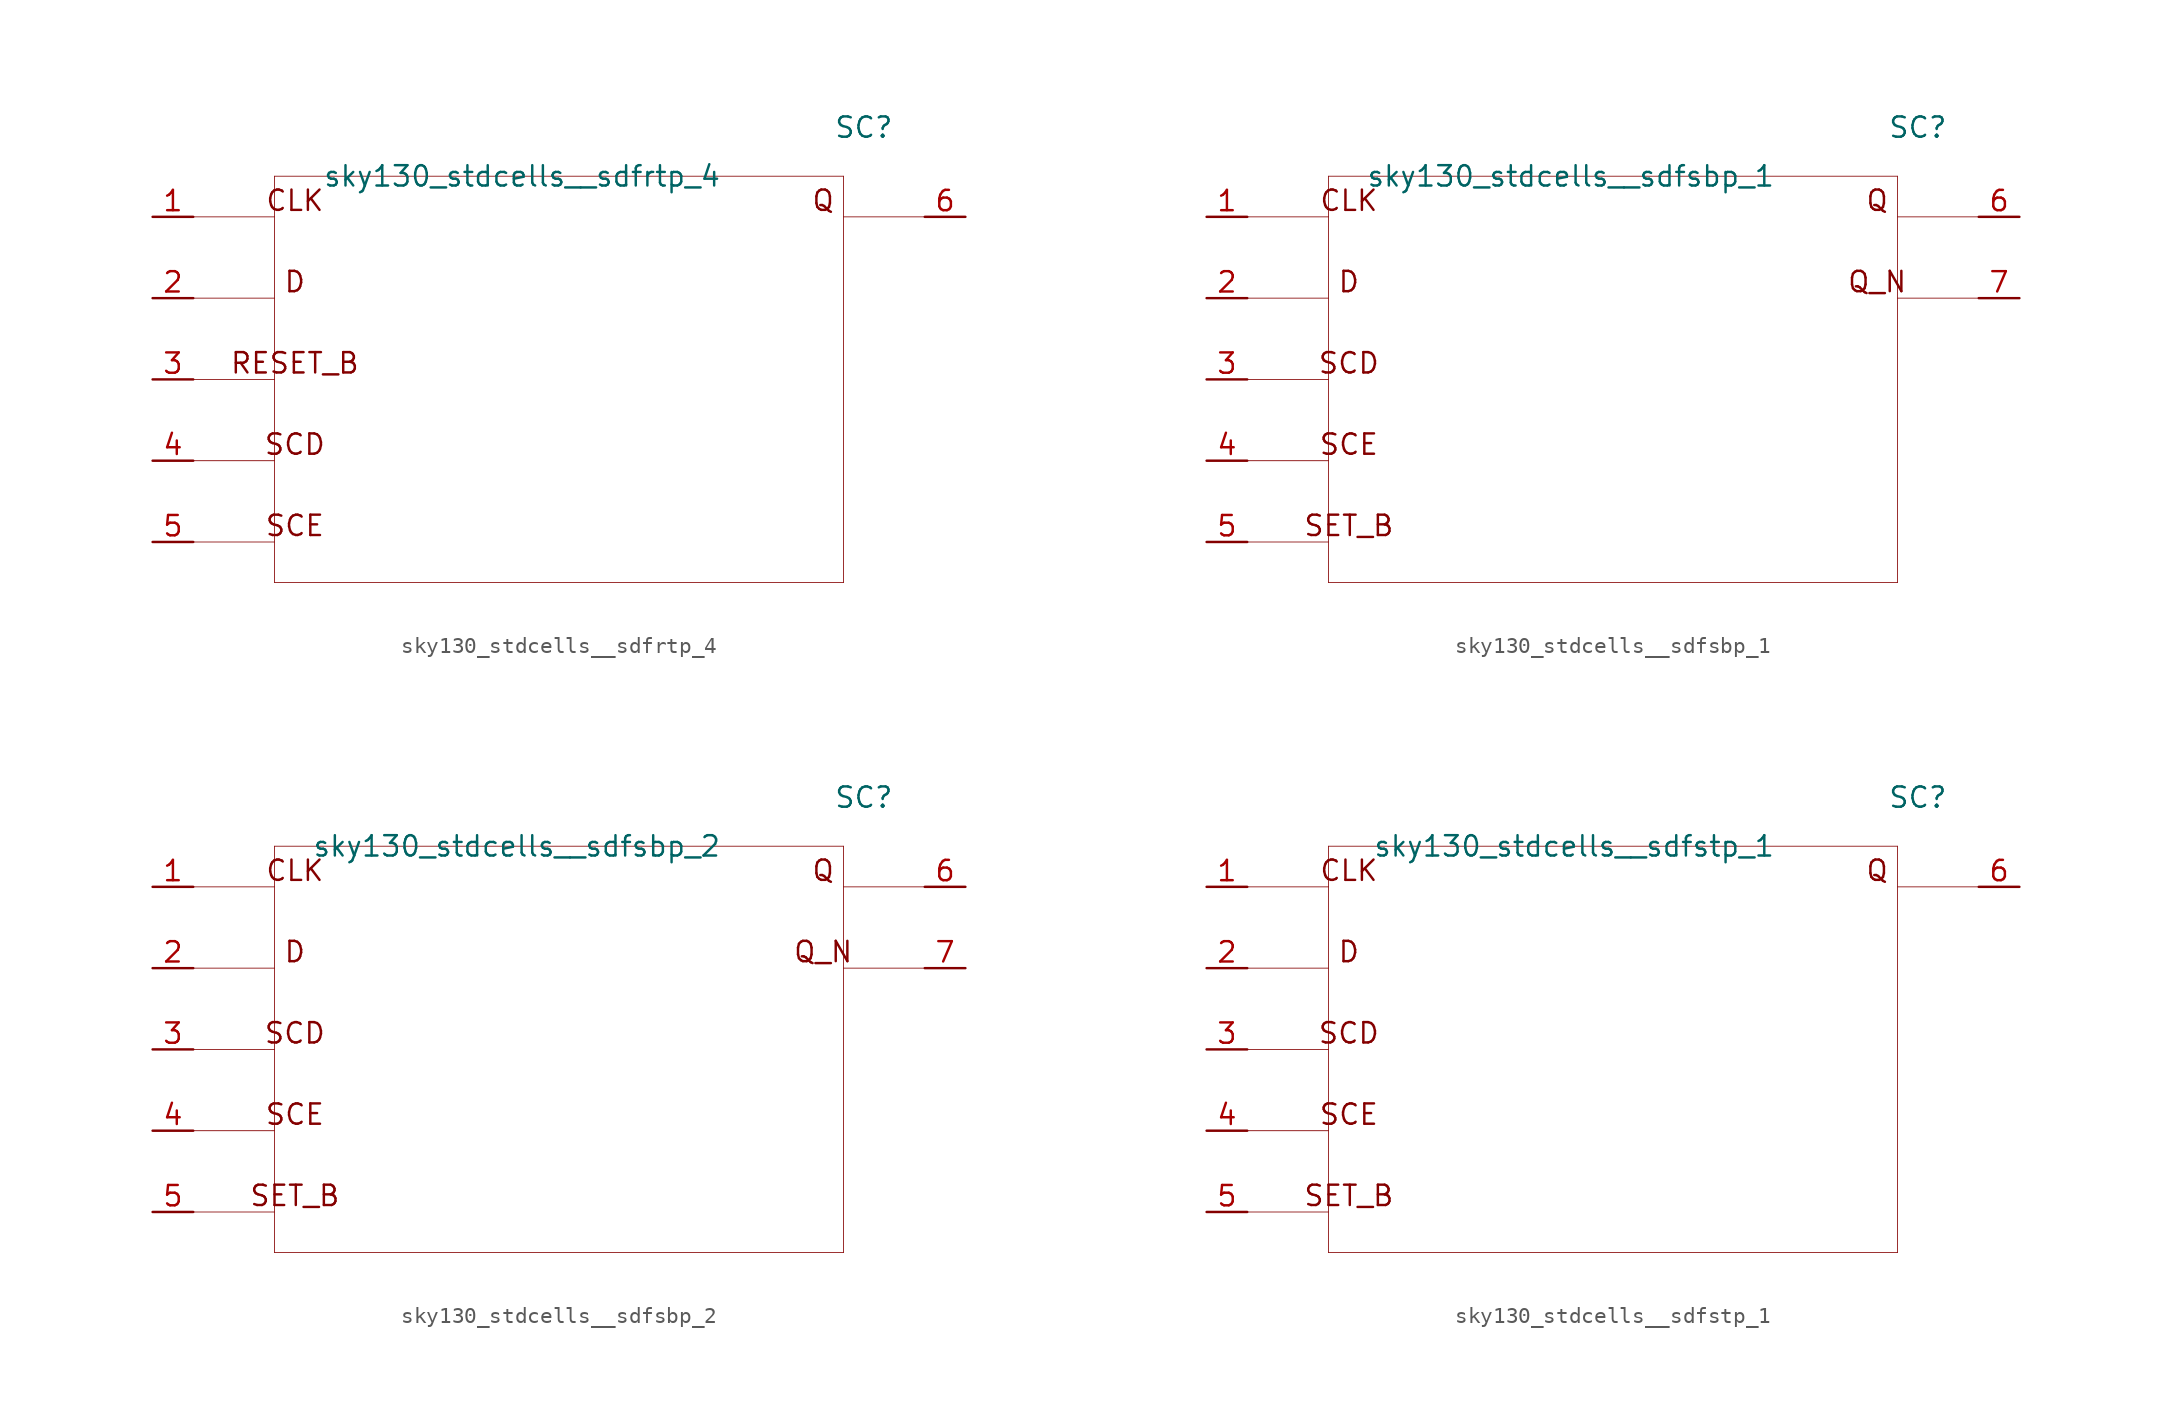
<source format=kicad_sym>
(kicad_symbol_lib
  (version 20211014)
  (generator kicad_symbol_editor)
  (symbol "sky130_stdcells__sdfrtp_4"
    (pin_names hide)
    (property "Reference" "SC"
      (at 19.05 15.748 0)
      (effects (font (size 1.27 1.27))))
    (property "Value" "sky130_stdcells__sdfrtp_4"
      (at 10.16 12.7 0)
      (effects (font (size 1.27 1.27)) (justify right)))
    (symbol "sky130_stdcells__sdfrtp_4_0_0"
      (polyline (pts (xy -22.86 -10.16) (xy -17.78 -10.16)) (stroke (width 0.051) (type default) (color 0 0 0 0)) (fill (type none)))
      (polyline (pts (xy -22.86 -5.08) (xy -17.78 -5.08)) (stroke (width 0.051) (type default) (color 0 0 0 0)) (fill (type none)))
      (polyline (pts (xy -22.86 0) (xy -17.78 0)) (stroke (width 0.051) (type default) (color 0 0 0 0)) (fill (type none)))
      (polyline (pts (xy -22.86 5.08) (xy -17.78 5.08)) (stroke (width 0.051) (type default) (color 0 0 0 0)) (fill (type none)))
      (polyline (pts (xy -22.86 10.16) (xy -17.78 10.16)) (stroke (width 0.051) (type default) (color 0 0 0 0)) (fill (type none)))
      (polyline (pts (xy -17.78 -12.7) (xy 17.78 -12.7)) (stroke (width 0.051) (type default) (color 0 0 0 0)) (fill (type none)))
      (polyline (pts (xy -17.78 12.7) (xy -17.78 -12.7)) (stroke (width 0.051) (type default) (color 0 0 0 0)) (fill (type none)))
      (polyline (pts (xy -17.78 12.7) (xy 17.78 12.7)) (stroke (width 0.051) (type default) (color 0 0 0 0)) (fill (type none)))
      (polyline (pts (xy 17.78 10.16) (xy 22.86 10.16)) (stroke (width 0.051) (type default) (color 0 0 0 0)) (fill (type none)))
      (polyline (pts (xy 17.78 12.7) (xy 17.78 -12.7)) (stroke (width 0.051) (type default) (color 0 0 0 0)) (fill (type none)))
      (text "CLK" (at -16.51 11.176 0) (effects (font (size 1.27 1.27))))
      (text "D" (at -16.51 6.096 0) (effects (font (size 1.27 1.27))))
      (text "Q" (at 16.51 11.176 0) (effects (font (size 1.27 1.27))))
      (text "RESET_B" (at -16.51 1.016 0) (effects (font (size 1.27 1.27))))
      (text "SCD" (at -16.51 -4.064 0) (effects (font (size 1.27 1.27))))
      (text "SCE" (at -16.51 -9.144 0) (effects (font (size 1.27 1.27)))))
    (symbol "sky130_stdcells__sdfrtp_4_1_1"
      (pin input line (at -25.4 10.16 0) (length 2.54) (name "CLK" (effects (font (size 1.092 1.092)))) (number "1" (effects (font (size 1.27 1.27)))))
      (pin input line (at -25.4 5.08 0) (length 2.54) (name "D" (effects (font (size 1.092 1.092)))) (number "2" (effects (font (size 1.27 1.27)))))
      (pin input line (at -25.4 0 0) (length 2.54) (name "RESET_B" (effects (font (size 1.092 1.092)))) (number "3" (effects (font (size 1.27 1.27)))))
      (pin input line (at -25.4 -5.08 0) (length 2.54) (name "SCD" (effects (font (size 1.092 1.092)))) (number "4" (effects (font (size 1.27 1.27)))))
      (pin input line (at -25.4 -10.16 0) (length 2.54) (name "SCE" (effects (font (size 1.092 1.092)))) (number "5" (effects (font (size 1.27 1.27)))))
      (pin output line (at 25.4 10.16 180) (length 2.54) (name "Q" (effects (font (size 1.092 1.092)))) (number "6" (effects (font (size 1.27 1.27)))))))
  (symbol "sky130_stdcells__sdfsbp_1"
    (pin_names hide)
    (property "Reference" "SC"
      (at 19.05 15.748 0)
      (effects (font (size 1.27 1.27))))
    (property "Value" "sky130_stdcells__sdfsbp_1"
      (at 10.16 12.7 0)
      (effects (font (size 1.27 1.27)) (justify right)))
    (symbol "sky130_stdcells__sdfsbp_1_0_0"
      (polyline (pts (xy -22.86 -10.16) (xy -17.78 -10.16)) (stroke (width 0.051) (type default) (color 0 0 0 0)) (fill (type none)))
      (polyline (pts (xy -22.86 -5.08) (xy -17.78 -5.08)) (stroke (width 0.051) (type default) (color 0 0 0 0)) (fill (type none)))
      (polyline (pts (xy -22.86 0) (xy -17.78 0)) (stroke (width 0.051) (type default) (color 0 0 0 0)) (fill (type none)))
      (polyline (pts (xy -22.86 5.08) (xy -17.78 5.08)) (stroke (width 0.051) (type default) (color 0 0 0 0)) (fill (type none)))
      (polyline (pts (xy -22.86 10.16) (xy -17.78 10.16)) (stroke (width 0.051) (type default) (color 0 0 0 0)) (fill (type none)))
      (polyline (pts (xy -17.78 -12.7) (xy 17.78 -12.7)) (stroke (width 0.051) (type default) (color 0 0 0 0)) (fill (type none)))
      (polyline (pts (xy -17.78 12.7) (xy -17.78 -12.7)) (stroke (width 0.051) (type default) (color 0 0 0 0)) (fill (type none)))
      (polyline (pts (xy -17.78 12.7) (xy 17.78 12.7)) (stroke (width 0.051) (type default) (color 0 0 0 0)) (fill (type none)))
      (polyline (pts (xy 17.78 5.08) (xy 22.86 5.08)) (stroke (width 0.051) (type default) (color 0 0 0 0)) (fill (type none)))
      (polyline (pts (xy 17.78 10.16) (xy 22.86 10.16)) (stroke (width 0.051) (type default) (color 0 0 0 0)) (fill (type none)))
      (polyline (pts (xy 17.78 12.7) (xy 17.78 -12.7)) (stroke (width 0.051) (type default) (color 0 0 0 0)) (fill (type none)))
      (text "CLK" (at -16.51 11.176 0) (effects (font (size 1.27 1.27))))
      (text "D" (at -16.51 6.096 0) (effects (font (size 1.27 1.27))))
      (text "Q" (at 16.51 11.176 0) (effects (font (size 1.27 1.27))))
      (text "Q_N" (at 16.51 6.096 0) (effects (font (size 1.27 1.27))))
      (text "SCD" (at -16.51 1.016 0) (effects (font (size 1.27 1.27))))
      (text "SCE" (at -16.51 -4.064 0) (effects (font (size 1.27 1.27))))
      (text "SET_B" (at -16.51 -9.144 0) (effects (font (size 1.27 1.27)))))
    (symbol "sky130_stdcells__sdfsbp_1_1_1"
      (pin input line (at -25.4 10.16 0) (length 2.54) (name "CLK" (effects (font (size 1.092 1.092)))) (number "1" (effects (font (size 1.27 1.27)))))
      (pin input line (at -25.4 5.08 0) (length 2.54) (name "D" (effects (font (size 1.092 1.092)))) (number "2" (effects (font (size 1.27 1.27)))))
      (pin input line (at -25.4 0 0) (length 2.54) (name "SCD" (effects (font (size 1.092 1.092)))) (number "3" (effects (font (size 1.27 1.27)))))
      (pin input line (at -25.4 -5.08 0) (length 2.54) (name "SCE" (effects (font (size 1.092 1.092)))) (number "4" (effects (font (size 1.27 1.27)))))
      (pin input line (at -25.4 -10.16 0) (length 2.54) (name "SET_B" (effects (font (size 1.092 1.092)))) (number "5" (effects (font (size 1.27 1.27)))))
      (pin output line (at 25.4 10.16 180) (length 2.54) (name "Q" (effects (font (size 1.092 1.092)))) (number "6" (effects (font (size 1.27 1.27)))))
      (pin output line (at 25.4 5.08 180) (length 2.54) (name "Q_N" (effects (font (size 1.092 1.092)))) (number "7" (effects (font (size 1.27 1.27)))))))
  (symbol "sky130_stdcells__sdfsbp_2"
    (pin_names hide)
    (property "Reference" "SC"
      (at 19.05 15.748 0)
      (effects (font (size 1.27 1.27))))
    (property "Value" "sky130_stdcells__sdfsbp_2"
      (at 10.16 12.7 0)
      (effects (font (size 1.27 1.27)) (justify right)))
    (symbol "sky130_stdcells__sdfsbp_2_0_0"
      (polyline (pts (xy -22.86 -10.16) (xy -17.78 -10.16)) (stroke (width 0.051) (type default) (color 0 0 0 0)) (fill (type none)))
      (polyline (pts (xy -22.86 -5.08) (xy -17.78 -5.08)) (stroke (width 0.051) (type default) (color 0 0 0 0)) (fill (type none)))
      (polyline (pts (xy -22.86 0) (xy -17.78 0)) (stroke (width 0.051) (type default) (color 0 0 0 0)) (fill (type none)))
      (polyline (pts (xy -22.86 5.08) (xy -17.78 5.08)) (stroke (width 0.051) (type default) (color 0 0 0 0)) (fill (type none)))
      (polyline (pts (xy -22.86 10.16) (xy -17.78 10.16)) (stroke (width 0.051) (type default) (color 0 0 0 0)) (fill (type none)))
      (polyline (pts (xy -17.78 -12.7) (xy 17.78 -12.7)) (stroke (width 0.051) (type default) (color 0 0 0 0)) (fill (type none)))
      (polyline (pts (xy -17.78 12.7) (xy -17.78 -12.7)) (stroke (width 0.051) (type default) (color 0 0 0 0)) (fill (type none)))
      (polyline (pts (xy -17.78 12.7) (xy 17.78 12.7)) (stroke (width 0.051) (type default) (color 0 0 0 0)) (fill (type none)))
      (polyline (pts (xy 17.78 5.08) (xy 22.86 5.08)) (stroke (width 0.051) (type default) (color 0 0 0 0)) (fill (type none)))
      (polyline (pts (xy 17.78 10.16) (xy 22.86 10.16)) (stroke (width 0.051) (type default) (color 0 0 0 0)) (fill (type none)))
      (polyline (pts (xy 17.78 12.7) (xy 17.78 -12.7)) (stroke (width 0.051) (type default) (color 0 0 0 0)) (fill (type none)))
      (text "CLK" (at -16.51 11.176 0) (effects (font (size 1.27 1.27))))
      (text "D" (at -16.51 6.096 0) (effects (font (size 1.27 1.27))))
      (text "Q" (at 16.51 11.176 0) (effects (font (size 1.27 1.27))))
      (text "Q_N" (at 16.51 6.096 0) (effects (font (size 1.27 1.27))))
      (text "SCD" (at -16.51 1.016 0) (effects (font (size 1.27 1.27))))
      (text "SCE" (at -16.51 -4.064 0) (effects (font (size 1.27 1.27))))
      (text "SET_B" (at -16.51 -9.144 0) (effects (font (size 1.27 1.27)))))
    (symbol "sky130_stdcells__sdfsbp_2_1_1"
      (pin input line (at -25.4 10.16 0) (length 2.54) (name "CLK" (effects (font (size 1.092 1.092)))) (number "1" (effects (font (size 1.27 1.27)))))
      (pin input line (at -25.4 5.08 0) (length 2.54) (name "D" (effects (font (size 1.092 1.092)))) (number "2" (effects (font (size 1.27 1.27)))))
      (pin input line (at -25.4 0 0) (length 2.54) (name "SCD" (effects (font (size 1.092 1.092)))) (number "3" (effects (font (size 1.27 1.27)))))
      (pin input line (at -25.4 -5.08 0) (length 2.54) (name "SCE" (effects (font (size 1.092 1.092)))) (number "4" (effects (font (size 1.27 1.27)))))
      (pin input line (at -25.4 -10.16 0) (length 2.54) (name "SET_B" (effects (font (size 1.092 1.092)))) (number "5" (effects (font (size 1.27 1.27)))))
      (pin output line (at 25.4 10.16 180) (length 2.54) (name "Q" (effects (font (size 1.092 1.092)))) (number "6" (effects (font (size 1.27 1.27)))))
      (pin output line (at 25.4 5.08 180) (length 2.54) (name "Q_N" (effects (font (size 1.092 1.092)))) (number "7" (effects (font (size 1.27 1.27)))))))
  (symbol "sky130_stdcells__sdfstp_1"
    (pin_names hide)
    (property "Reference" "SC"
      (at 19.05 15.748 0)
      (effects (font (size 1.27 1.27))))
    (property "Value" "sky130_stdcells__sdfstp_1"
      (at 10.16 12.7 0)
      (effects (font (size 1.27 1.27)) (justify right)))
    (symbol "sky130_stdcells__sdfstp_1_0_0"
      (polyline (pts (xy -22.86 -10.16) (xy -17.78 -10.16)) (stroke (width 0.051) (type default) (color 0 0 0 0)) (fill (type none)))
      (polyline (pts (xy -22.86 -5.08) (xy -17.78 -5.08)) (stroke (width 0.051) (type default) (color 0 0 0 0)) (fill (type none)))
      (polyline (pts (xy -22.86 0) (xy -17.78 0)) (stroke (width 0.051) (type default) (color 0 0 0 0)) (fill (type none)))
      (polyline (pts (xy -22.86 5.08) (xy -17.78 5.08)) (stroke (width 0.051) (type default) (color 0 0 0 0)) (fill (type none)))
      (polyline (pts (xy -22.86 10.16) (xy -17.78 10.16)) (stroke (width 0.051) (type default) (color 0 0 0 0)) (fill (type none)))
      (polyline (pts (xy -17.78 -12.7) (xy 17.78 -12.7)) (stroke (width 0.051) (type default) (color 0 0 0 0)) (fill (type none)))
      (polyline (pts (xy -17.78 12.7) (xy -17.78 -12.7)) (stroke (width 0.051) (type default) (color 0 0 0 0)) (fill (type none)))
      (polyline (pts (xy -17.78 12.7) (xy 17.78 12.7)) (stroke (width 0.051) (type default) (color 0 0 0 0)) (fill (type none)))
      (polyline (pts (xy 17.78 10.16) (xy 22.86 10.16)) (stroke (width 0.051) (type default) (color 0 0 0 0)) (fill (type none)))
      (polyline (pts (xy 17.78 12.7) (xy 17.78 -12.7)) (stroke (width 0.051) (type default) (color 0 0 0 0)) (fill (type none)))
      (text "CLK" (at -16.51 11.176 0) (effects (font (size 1.27 1.27))))
      (text "D" (at -16.51 6.096 0) (effects (font (size 1.27 1.27))))
      (text "Q" (at 16.51 11.176 0) (effects (font (size 1.27 1.27))))
      (text "SCD" (at -16.51 1.016 0) (effects (font (size 1.27 1.27))))
      (text "SCE" (at -16.51 -4.064 0) (effects (font (size 1.27 1.27))))
      (text "SET_B" (at -16.51 -9.144 0) (effects (font (size 1.27 1.27)))))
    (symbol "sky130_stdcells__sdfstp_1_1_1"
      (pin input line (at -25.4 10.16 0) (length 2.54) (name "CLK" (effects (font (size 1.092 1.092)))) (number "1" (effects (font (size 1.27 1.27)))))
      (pin input line (at -25.4 5.08 0) (length 2.54) (name "D" (effects (font (size 1.092 1.092)))) (number "2" (effects (font (size 1.27 1.27)))))
      (pin input line (at -25.4 0 0) (length 2.54) (name "SCD" (effects (font (size 1.092 1.092)))) (number "3" (effects (font (size 1.27 1.27)))))
      (pin input line (at -25.4 -5.08 0) (length 2.54) (name "SCE" (effects (font (size 1.092 1.092)))) (number "4" (effects (font (size 1.27 1.27)))))
      (pin input line (at -25.4 -10.16 0) (length 2.54) (name "SET_B" (effects (font (size 1.092 1.092)))) (number "5" (effects (font (size 1.27 1.27)))))
      (pin output line (at 25.4 10.16 180) (length 2.54) (name "Q" (effects (font (size 1.092 1.092)))) (number "6" (effects (font (size 1.27 1.27))))))))
</source>
